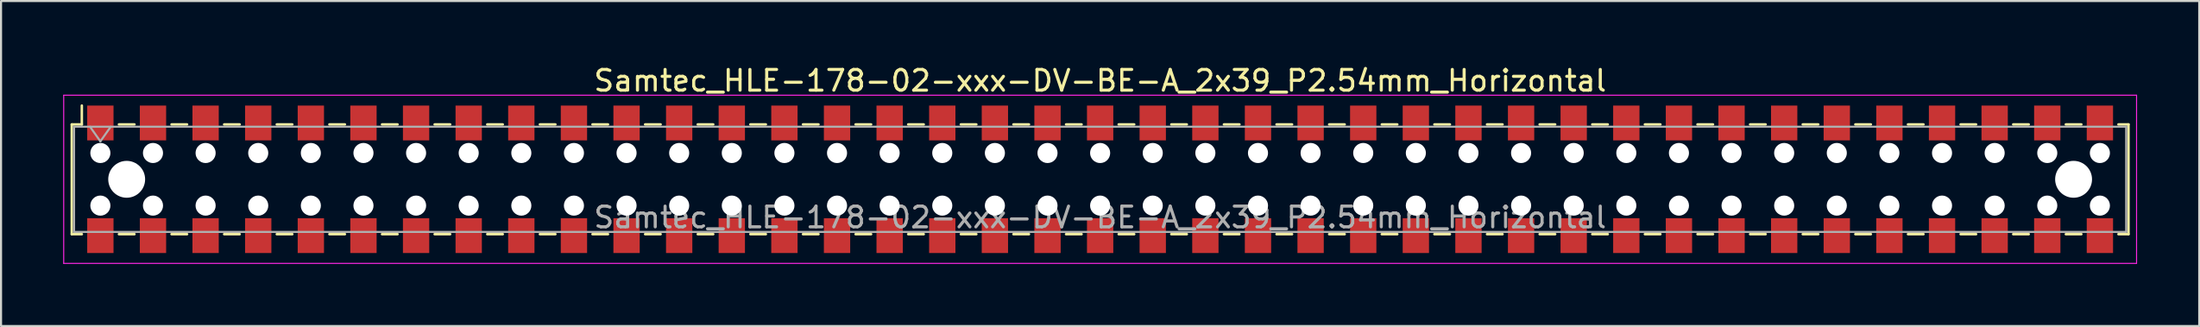
<source format=kicad_pcb>
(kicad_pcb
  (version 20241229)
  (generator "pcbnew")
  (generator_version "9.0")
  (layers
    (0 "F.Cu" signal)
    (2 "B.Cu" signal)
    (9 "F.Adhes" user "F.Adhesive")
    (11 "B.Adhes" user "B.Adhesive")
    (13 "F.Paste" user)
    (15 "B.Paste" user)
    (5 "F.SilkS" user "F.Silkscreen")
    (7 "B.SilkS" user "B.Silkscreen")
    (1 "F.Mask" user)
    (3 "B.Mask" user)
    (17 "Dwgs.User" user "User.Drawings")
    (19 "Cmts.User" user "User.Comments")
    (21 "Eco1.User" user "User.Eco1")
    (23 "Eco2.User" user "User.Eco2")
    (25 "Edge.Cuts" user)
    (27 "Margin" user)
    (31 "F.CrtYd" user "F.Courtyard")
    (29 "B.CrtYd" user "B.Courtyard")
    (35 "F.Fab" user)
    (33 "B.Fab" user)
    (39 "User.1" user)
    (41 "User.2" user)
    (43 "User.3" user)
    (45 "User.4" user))
  (footprint "Samtec_HLE-178-02-xxx-DV-BE-A_2x39_P2.54mm_Horizontal"
    (layer "F.Cu")
    (at 50.055 5.608)
    (property "Reference" "Samtec_HLE-178-02-xxx-DV-BE-A_2x39_P2.54mm_Horizontal" (at 0 -4.76 0) (layer "F.SilkS") (effects (font (size 1 1) (thickness 0.15))))
    (attr smd)
    (fp_line (start -49.64 -2.65) (end -49.64 2.65) (stroke (width 0.12) (type solid)) (layer "F.SilkS"))
    (fp_line (start -49.64 2.65) (end -49.155 2.65) (stroke (width 0.12) (type solid)) (layer "F.SilkS"))
    (fp_line (start -49.155 -3.56) (end -49.155 -2.65) (stroke (width 0.12) (type solid)) (layer "F.SilkS"))
    (fp_line (start -49.155 -2.65) (end -49.64 -2.65) (stroke (width 0.12) (type solid)) (layer "F.SilkS"))
    (fp_line (start -47.365 -2.65) (end -46.615 -2.65) (stroke (width 0.12) (type solid)) (layer "F.SilkS"))
    (fp_line (start -47.365 2.65) (end -46.615 2.65) (stroke (width 0.12) (type solid)) (layer "F.SilkS"))
    (fp_line (start -44.825 -2.65) (end -44.075 -2.65) (stroke (width 0.12) (type solid)) (layer "F.SilkS"))
    (fp_line (start -44.825 2.65) (end -44.075 2.65) (stroke (width 0.12) (type solid)) (layer "F.SilkS"))
    (fp_line (start -42.285 -2.65) (end -41.535 -2.65) (stroke (width 0.12) (type solid)) (layer "F.SilkS"))
    (fp_line (start -42.285 2.65) (end -41.535 2.65) (stroke (width 0.12) (type solid)) (layer "F.SilkS"))
    (fp_line (start -39.745 -2.65) (end -38.995 -2.65) (stroke (width 0.12) (type solid)) (layer "F.SilkS"))
    (fp_line (start -39.745 2.65) (end -38.995 2.65) (stroke (width 0.12) (type solid)) (layer "F.SilkS"))
    (fp_line (start -37.205 -2.65) (end -36.455 -2.65) (stroke (width 0.12) (type solid)) (layer "F.SilkS"))
    (fp_line (start -37.205 2.65) (end -36.455 2.65) (stroke (width 0.12) (type solid)) (layer "F.SilkS"))
    (fp_line (start -34.665 -2.65) (end -33.915 -2.65) (stroke (width 0.12) (type solid)) (layer "F.SilkS"))
    (fp_line (start -34.665 2.65) (end -33.915 2.65) (stroke (width 0.12) (type solid)) (layer "F.SilkS"))
    (fp_line (start -32.125 -2.65) (end -31.375 -2.65) (stroke (width 0.12) (type solid)) (layer "F.SilkS"))
    (fp_line (start -32.125 2.65) (end -31.375 2.65) (stroke (width 0.12) (type solid)) (layer "F.SilkS"))
    (fp_line (start -29.585 -2.65) (end -28.835 -2.65) (stroke (width 0.12) (type solid)) (layer "F.SilkS"))
    (fp_line (start -29.585 2.65) (end -28.835 2.65) (stroke (width 0.12) (type solid)) (layer "F.SilkS"))
    (fp_line (start -27.045 -2.65) (end -26.295 -2.65) (stroke (width 0.12) (type solid)) (layer "F.SilkS"))
    (fp_line (start -27.045 2.65) (end -26.295 2.65) (stroke (width 0.12) (type solid)) (layer "F.SilkS"))
    (fp_line (start -24.505 -2.65) (end -23.755 -2.65) (stroke (width 0.12) (type solid)) (layer "F.SilkS"))
    (fp_line (start -24.505 2.65) (end -23.755 2.65) (stroke (width 0.12) (type solid)) (layer "F.SilkS"))
    (fp_line (start -21.965 -2.65) (end -21.215 -2.65) (stroke (width 0.12) (type solid)) (layer "F.SilkS"))
    (fp_line (start -21.965 2.65) (end -21.215 2.65) (stroke (width 0.12) (type solid)) (layer "F.SilkS"))
    (fp_line (start -19.425 -2.65) (end -18.675 -2.65) (stroke (width 0.12) (type solid)) (layer "F.SilkS"))
    (fp_line (start -19.425 2.65) (end -18.675 2.65) (stroke (width 0.12) (type solid)) (layer "F.SilkS"))
    (fp_line (start -16.885 -2.65) (end -16.135 -2.65) (stroke (width 0.12) (type solid)) (layer "F.SilkS"))
    (fp_line (start -16.885 2.65) (end -16.135 2.65) (stroke (width 0.12) (type solid)) (layer "F.SilkS"))
    (fp_line (start -14.345 -2.65) (end -13.595 -2.65) (stroke (width 0.12) (type solid)) (layer "F.SilkS"))
    (fp_line (start -14.345 2.65) (end -13.595 2.65) (stroke (width 0.12) (type solid)) (layer "F.SilkS"))
    (fp_line (start -11.805 -2.65) (end -11.055 -2.65) (stroke (width 0.12) (type solid)) (layer "F.SilkS"))
    (fp_line (start -11.805 2.65) (end -11.055 2.65) (stroke (width 0.12) (type solid)) (layer "F.SilkS"))
    (fp_line (start -9.265 -2.65) (end -8.515 -2.65) (stroke (width 0.12) (type solid)) (layer "F.SilkS"))
    (fp_line (start -9.265 2.65) (end -8.515 2.65) (stroke (width 0.12) (type solid)) (layer "F.SilkS"))
    (fp_line (start -6.725 -2.65) (end -5.975 -2.65) (stroke (width 0.12) (type solid)) (layer "F.SilkS"))
    (fp_line (start -6.725 2.65) (end -5.975 2.65) (stroke (width 0.12) (type solid)) (layer "F.SilkS"))
    (fp_line (start -4.185 -2.65) (end -3.435 -2.65) (stroke (width 0.12) (type solid)) (layer "F.SilkS"))
    (fp_line (start -4.185 2.65) (end -3.435 2.65) (stroke (width 0.12) (type solid)) (layer "F.SilkS"))
    (fp_line (start -1.645 -2.65) (end -0.895 -2.65) (stroke (width 0.12) (type solid)) (layer "F.SilkS"))
    (fp_line (start -1.645 2.65) (end -0.895 2.65) (stroke (width 0.12) (type solid)) (layer "F.SilkS"))
    (fp_line (start 0.895 -2.65) (end 1.645 -2.65) (stroke (width 0.12) (type solid)) (layer "F.SilkS"))
    (fp_line (start 0.895 2.65) (end 1.645 2.65) (stroke (width 0.12) (type solid)) (layer "F.SilkS"))
    (fp_line (start 3.435 -2.65) (end 4.185 -2.65) (stroke (width 0.12) (type solid)) (layer "F.SilkS"))
    (fp_line (start 3.435 2.65) (end 4.185 2.65) (stroke (width 0.12) (type solid)) (layer "F.SilkS"))
    (fp_line (start 5.975 -2.65) (end 6.725 -2.65) (stroke (width 0.12) (type solid)) (layer "F.SilkS"))
    (fp_line (start 5.975 2.65) (end 6.725 2.65) (stroke (width 0.12) (type solid)) (layer "F.SilkS"))
    (fp_line (start 8.515 -2.65) (end 9.265 -2.65) (stroke (width 0.12) (type solid)) (layer "F.SilkS"))
    (fp_line (start 8.515 2.65) (end 9.265 2.65) (stroke (width 0.12) (type solid)) (layer "F.SilkS"))
    (fp_line (start 11.055 -2.65) (end 11.805 -2.65) (stroke (width 0.12) (type solid)) (layer "F.SilkS"))
    (fp_line (start 11.055 2.65) (end 11.805 2.65) (stroke (width 0.12) (type solid)) (layer "F.SilkS"))
    (fp_line (start 13.595 -2.65) (end 14.345 -2.65) (stroke (width 0.12) (type solid)) (layer "F.SilkS"))
    (fp_line (start 13.595 2.65) (end 14.345 2.65) (stroke (width 0.12) (type solid)) (layer "F.SilkS"))
    (fp_line (start 16.135 -2.65) (end 16.885 -2.65) (stroke (width 0.12) (type solid)) (layer "F.SilkS"))
    (fp_line (start 16.135 2.65) (end 16.885 2.65) (stroke (width 0.12) (type solid)) (layer "F.SilkS"))
    (fp_line (start 18.675 -2.65) (end 19.425 -2.65) (stroke (width 0.12) (type solid)) (layer "F.SilkS"))
    (fp_line (start 18.675 2.65) (end 19.425 2.65) (stroke (width 0.12) (type solid)) (layer "F.SilkS"))
    (fp_line (start 21.215 -2.65) (end 21.965 -2.65) (stroke (width 0.12) (type solid)) (layer "F.SilkS"))
    (fp_line (start 21.215 2.65) (end 21.965 2.65) (stroke (width 0.12) (type solid)) (layer "F.SilkS"))
    (fp_line (start 23.755 -2.65) (end 24.505 -2.65) (stroke (width 0.12) (type solid)) (layer "F.SilkS"))
    (fp_line (start 23.755 2.65) (end 24.505 2.65) (stroke (width 0.12) (type solid)) (layer "F.SilkS"))
    (fp_line (start 26.295 -2.65) (end 27.045 -2.65) (stroke (width 0.12) (type solid)) (layer "F.SilkS"))
    (fp_line (start 26.295 2.65) (end 27.045 2.65) (stroke (width 0.12) (type solid)) (layer "F.SilkS"))
    (fp_line (start 28.835 -2.65) (end 29.585 -2.65) (stroke (width 0.12) (type solid)) (layer "F.SilkS"))
    (fp_line (start 28.835 2.65) (end 29.585 2.65) (stroke (width 0.12) (type solid)) (layer "F.SilkS"))
    (fp_line (start 31.375 -2.65) (end 32.125 -2.65) (stroke (width 0.12) (type solid)) (layer "F.SilkS"))
    (fp_line (start 31.375 2.65) (end 32.125 2.65) (stroke (width 0.12) (type solid)) (layer "F.SilkS"))
    (fp_line (start 33.915 -2.65) (end 34.665 -2.65) (stroke (width 0.12) (type solid)) (layer "F.SilkS"))
    (fp_line (start 33.915 2.65) (end 34.665 2.65) (stroke (width 0.12) (type solid)) (layer "F.SilkS"))
    (fp_line (start 36.455 -2.65) (end 37.205 -2.65) (stroke (width 0.12) (type solid)) (layer "F.SilkS"))
    (fp_line (start 36.455 2.65) (end 37.205 2.65) (stroke (width 0.12) (type solid)) (layer "F.SilkS"))
    (fp_line (start 38.995 -2.65) (end 39.745 -2.65) (stroke (width 0.12) (type solid)) (layer "F.SilkS"))
    (fp_line (start 38.995 2.65) (end 39.745 2.65) (stroke (width 0.12) (type solid)) (layer "F.SilkS"))
    (fp_line (start 41.535 -2.65) (end 42.285 -2.65) (stroke (width 0.12) (type solid)) (layer "F.SilkS"))
    (fp_line (start 41.535 2.65) (end 42.285 2.65) (stroke (width 0.12) (type solid)) (layer "F.SilkS"))
    (fp_line (start 44.075 -2.65) (end 44.825 -2.65) (stroke (width 0.12) (type solid)) (layer "F.SilkS"))
    (fp_line (start 44.075 2.65) (end 44.825 2.65) (stroke (width 0.12) (type solid)) (layer "F.SilkS"))
    (fp_line (start 46.615 -2.65) (end 47.365 -2.65) (stroke (width 0.12) (type solid)) (layer "F.SilkS"))
    (fp_line (start 46.615 2.65) (end 47.365 2.65) (stroke (width 0.12) (type solid)) (layer "F.SilkS"))
    (fp_line (start 49.155 -2.65) (end 49.64 -2.65) (stroke (width 0.12) (type solid)) (layer "F.SilkS"))
    (fp_line (start 49.64 -2.65) (end 49.64 2.65) (stroke (width 0.12) (type solid)) (layer "F.SilkS"))
    (fp_line (start 49.64 2.65) (end 49.155 2.65) (stroke (width 0.12) (type solid)) (layer "F.SilkS"))
    (fp_line (start -50.03 -4.06) (end 50.03 -4.06) (stroke (width 0.05) (type solid)) (layer "F.CrtYd"))
    (fp_line (start -50.03 4.06) (end -50.03 -4.06) (stroke (width 0.05) (type solid)) (layer "F.CrtYd"))
    (fp_line (start 50.03 -4.06) (end 50.03 4.06) (stroke (width 0.05) (type solid)) (layer "F.CrtYd"))
    (fp_line (start 50.03 4.06) (end -50.03 4.06) (stroke (width 0.05) (type solid)) (layer "F.CrtYd"))
    (fp_line (start -49.53 -2.54) (end 49.53 -2.54) (stroke (width 0.1) (type solid)) (layer "F.Fab"))
    (fp_line (start -49.53 2.54) (end -49.53 -2.54) (stroke (width 0.1) (type solid)) (layer "F.Fab"))
    (fp_line (start -48.76 -2.54) (end -48.26 -1.833) (stroke (width 0.1) (type solid)) (layer "F.Fab"))
    (fp_line (start -48.26 -1.833) (end -47.76 -2.54) (stroke (width 0.1) (type solid)) (layer "F.Fab"))
    (fp_line (start 49.53 -2.54) (end 49.53 2.54) (stroke (width 0.1) (type solid)) (layer "F.Fab"))
    (fp_line (start 49.53 2.54) (end -49.53 2.54) (stroke (width 0.1) (type solid)) (layer "F.Fab"))
    (fp_text user "${REFERENCE}" (at 0 1.84 0) (layer "F.Fab") (effects (font (size 1 1) (thickness 0.15))))
    (pad "" np_thru_hole circle (at -48.26 -1.27) (size 0.97 0.97) (drill 0.97) (layers "*.Cu" "*.Mask"))
    (pad "" np_thru_hole circle (at -48.26 1.27) (size 0.97 0.97) (drill 0.97) (layers "*.Cu" "*.Mask"))
    (pad "" np_thru_hole circle (at -46.99 0) (size 1.78 1.78) (drill 1.78) (layers "*.Cu" "*.Mask"))
    (pad "" np_thru_hole circle (at -45.72 -1.27) (size 0.97 0.97) (drill 0.97) (layers "*.Cu" "*.Mask"))
    (pad "" np_thru_hole circle (at -45.72 1.27) (size 0.97 0.97) (drill 0.97) (layers "*.Cu" "*.Mask"))
    (pad "" np_thru_hole circle (at -43.18 -1.27) (size 0.97 0.97) (drill 0.97) (layers "*.Cu" "*.Mask"))
    (pad "" np_thru_hole circle (at -43.18 1.27) (size 0.97 0.97) (drill 0.97) (layers "*.Cu" "*.Mask"))
    (pad "" np_thru_hole circle (at -40.64 -1.27) (size 0.97 0.97) (drill 0.97) (layers "*.Cu" "*.Mask"))
    (pad "" np_thru_hole circle (at -40.64 1.27) (size 0.97 0.97) (drill 0.97) (layers "*.Cu" "*.Mask"))
    (pad "" np_thru_hole circle (at -38.1 -1.27) (size 0.97 0.97) (drill 0.97) (layers "*.Cu" "*.Mask"))
    (pad "" np_thru_hole circle (at -38.1 1.27) (size 0.97 0.97) (drill 0.97) (layers "*.Cu" "*.Mask"))
    (pad "" np_thru_hole circle (at -35.56 -1.27) (size 0.97 0.97) (drill 0.97) (layers "*.Cu" "*.Mask"))
    (pad "" np_thru_hole circle (at -35.56 1.27) (size 0.97 0.97) (drill 0.97) (layers "*.Cu" "*.Mask"))
    (pad "" np_thru_hole circle (at -33.02 -1.27) (size 0.97 0.97) (drill 0.97) (layers "*.Cu" "*.Mask"))
    (pad "" np_thru_hole circle (at -33.02 1.27) (size 0.97 0.97) (drill 0.97) (layers "*.Cu" "*.Mask"))
    (pad "" np_thru_hole circle (at -30.48 -1.27) (size 0.97 0.97) (drill 0.97) (layers "*.Cu" "*.Mask"))
    (pad "" np_thru_hole circle (at -30.48 1.27) (size 0.97 0.97) (drill 0.97) (layers "*.Cu" "*.Mask"))
    (pad "" np_thru_hole circle (at -27.94 -1.27) (size 0.97 0.97) (drill 0.97) (layers "*.Cu" "*.Mask"))
    (pad "" np_thru_hole circle (at -27.94 1.27) (size 0.97 0.97) (drill 0.97) (layers "*.Cu" "*.Mask"))
    (pad "" np_thru_hole circle (at -25.4 -1.27) (size 0.97 0.97) (drill 0.97) (layers "*.Cu" "*.Mask"))
    (pad "" np_thru_hole circle (at -25.4 1.27) (size 0.97 0.97) (drill 0.97) (layers "*.Cu" "*.Mask"))
    (pad "" np_thru_hole circle (at -22.86 -1.27) (size 0.97 0.97) (drill 0.97) (layers "*.Cu" "*.Mask"))
    (pad "" np_thru_hole circle (at -22.86 1.27) (size 0.97 0.97) (drill 0.97) (layers "*.Cu" "*.Mask"))
    (pad "" np_thru_hole circle (at -20.32 -1.27) (size 0.97 0.97) (drill 0.97) (layers "*.Cu" "*.Mask"))
    (pad "" np_thru_hole circle (at -20.32 1.27) (size 0.97 0.97) (drill 0.97) (layers "*.Cu" "*.Mask"))
    (pad "" np_thru_hole circle (at -17.78 -1.27) (size 0.97 0.97) (drill 0.97) (layers "*.Cu" "*.Mask"))
    (pad "" np_thru_hole circle (at -17.78 1.27) (size 0.97 0.97) (drill 0.97) (layers "*.Cu" "*.Mask"))
    (pad "" np_thru_hole circle (at -15.24 -1.27) (size 0.97 0.97) (drill 0.97) (layers "*.Cu" "*.Mask"))
    (pad "" np_thru_hole circle (at -15.24 1.27) (size 0.97 0.97) (drill 0.97) (layers "*.Cu" "*.Mask"))
    (pad "" np_thru_hole circle (at -12.7 -1.27) (size 0.97 0.97) (drill 0.97) (layers "*.Cu" "*.Mask"))
    (pad "" np_thru_hole circle (at -12.7 1.27) (size 0.97 0.97) (drill 0.97) (layers "*.Cu" "*.Mask"))
    (pad "" np_thru_hole circle (at -10.16 -1.27) (size 0.97 0.97) (drill 0.97) (layers "*.Cu" "*.Mask"))
    (pad "" np_thru_hole circle (at -10.16 1.27) (size 0.97 0.97) (drill 0.97) (layers "*.Cu" "*.Mask"))
    (pad "" np_thru_hole circle (at -7.62 -1.27) (size 0.97 0.97) (drill 0.97) (layers "*.Cu" "*.Mask"))
    (pad "" np_thru_hole circle (at -7.62 1.27) (size 0.97 0.97) (drill 0.97) (layers "*.Cu" "*.Mask"))
    (pad "" np_thru_hole circle (at -5.08 -1.27) (size 0.97 0.97) (drill 0.97) (layers "*.Cu" "*.Mask"))
    (pad "" np_thru_hole circle (at -5.08 1.27) (size 0.97 0.97) (drill 0.97) (layers "*.Cu" "*.Mask"))
    (pad "" np_thru_hole circle (at -2.54 -1.27) (size 0.97 0.97) (drill 0.97) (layers "*.Cu" "*.Mask"))
    (pad "" np_thru_hole circle (at -2.54 1.27) (size 0.97 0.97) (drill 0.97) (layers "*.Cu" "*.Mask"))
    (pad "" np_thru_hole circle (at 0 -1.27) (size 0.97 0.97) (drill 0.97) (layers "*.Cu" "*.Mask"))
    (pad "" np_thru_hole circle (at 0 1.27) (size 0.97 0.97) (drill 0.97) (layers "*.Cu" "*.Mask"))
    (pad "" np_thru_hole circle (at 2.54 -1.27) (size 0.97 0.97) (drill 0.97) (layers "*.Cu" "*.Mask"))
    (pad "" np_thru_hole circle (at 2.54 1.27) (size 0.97 0.97) (drill 0.97) (layers "*.Cu" "*.Mask"))
    (pad "" np_thru_hole circle (at 5.08 -1.27) (size 0.97 0.97) (drill 0.97) (layers "*.Cu" "*.Mask"))
    (pad "" np_thru_hole circle (at 5.08 1.27) (size 0.97 0.97) (drill 0.97) (layers "*.Cu" "*.Mask"))
    (pad "" np_thru_hole circle (at 7.62 -1.27) (size 0.97 0.97) (drill 0.97) (layers "*.Cu" "*.Mask"))
    (pad "" np_thru_hole circle (at 7.62 1.27) (size 0.97 0.97) (drill 0.97) (layers "*.Cu" "*.Mask"))
    (pad "" np_thru_hole circle (at 10.16 -1.27) (size 0.97 0.97) (drill 0.97) (layers "*.Cu" "*.Mask"))
    (pad "" np_thru_hole circle (at 10.16 1.27) (size 0.97 0.97) (drill 0.97) (layers "*.Cu" "*.Mask"))
    (pad "" np_thru_hole circle (at 12.7 -1.27) (size 0.97 0.97) (drill 0.97) (layers "*.Cu" "*.Mask"))
    (pad "" np_thru_hole circle (at 12.7 1.27) (size 0.97 0.97) (drill 0.97) (layers "*.Cu" "*.Mask"))
    (pad "" np_thru_hole circle (at 15.24 -1.27) (size 0.97 0.97) (drill 0.97) (layers "*.Cu" "*.Mask"))
    (pad "" np_thru_hole circle (at 15.24 1.27) (size 0.97 0.97) (drill 0.97) (layers "*.Cu" "*.Mask"))
    (pad "" np_thru_hole circle (at 17.78 -1.27) (size 0.97 0.97) (drill 0.97) (layers "*.Cu" "*.Mask"))
    (pad "" np_thru_hole circle (at 17.78 1.27) (size 0.97 0.97) (drill 0.97) (layers "*.Cu" "*.Mask"))
    (pad "" np_thru_hole circle (at 20.32 -1.27) (size 0.97 0.97) (drill 0.97) (layers "*.Cu" "*.Mask"))
    (pad "" np_thru_hole circle (at 20.32 1.27) (size 0.97 0.97) (drill 0.97) (layers "*.Cu" "*.Mask"))
    (pad "" np_thru_hole circle (at 22.86 -1.27) (size 0.97 0.97) (drill 0.97) (layers "*.Cu" "*.Mask"))
    (pad "" np_thru_hole circle (at 22.86 1.27) (size 0.97 0.97) (drill 0.97) (layers "*.Cu" "*.Mask"))
    (pad "" np_thru_hole circle (at 25.4 -1.27) (size 0.97 0.97) (drill 0.97) (layers "*.Cu" "*.Mask"))
    (pad "" np_thru_hole circle (at 25.4 1.27) (size 0.97 0.97) (drill 0.97) (layers "*.Cu" "*.Mask"))
    (pad "" np_thru_hole circle (at 27.94 -1.27) (size 0.97 0.97) (drill 0.97) (layers "*.Cu" "*.Mask"))
    (pad "" np_thru_hole circle (at 27.94 1.27) (size 0.97 0.97) (drill 0.97) (layers "*.Cu" "*.Mask"))
    (pad "" np_thru_hole circle (at 30.48 -1.27) (size 0.97 0.97) (drill 0.97) (layers "*.Cu" "*.Mask"))
    (pad "" np_thru_hole circle (at 30.48 1.27) (size 0.97 0.97) (drill 0.97) (layers "*.Cu" "*.Mask"))
    (pad "" np_thru_hole circle (at 33.02 -1.27) (size 0.97 0.97) (drill 0.97) (layers "*.Cu" "*.Mask"))
    (pad "" np_thru_hole circle (at 33.02 1.27) (size 0.97 0.97) (drill 0.97) (layers "*.Cu" "*.Mask"))
    (pad "" np_thru_hole circle (at 35.56 -1.27) (size 0.97 0.97) (drill 0.97) (layers "*.Cu" "*.Mask"))
    (pad "" np_thru_hole circle (at 35.56 1.27) (size 0.97 0.97) (drill 0.97) (layers "*.Cu" "*.Mask"))
    (pad "" np_thru_hole circle (at 38.1 -1.27) (size 0.97 0.97) (drill 0.97) (layers "*.Cu" "*.Mask"))
    (pad "" np_thru_hole circle (at 38.1 1.27) (size 0.97 0.97) (drill 0.97) (layers "*.Cu" "*.Mask"))
    (pad "" np_thru_hole circle (at 40.64 -1.27) (size 0.97 0.97) (drill 0.97) (layers "*.Cu" "*.Mask"))
    (pad "" np_thru_hole circle (at 40.64 1.27) (size 0.97 0.97) (drill 0.97) (layers "*.Cu" "*.Mask"))
    (pad "" np_thru_hole circle (at 43.18 -1.27) (size 0.97 0.97) (drill 0.97) (layers "*.Cu" "*.Mask"))
    (pad "" np_thru_hole circle (at 43.18 1.27) (size 0.97 0.97) (drill 0.97) (layers "*.Cu" "*.Mask"))
    (pad "" np_thru_hole circle (at 45.72 -1.27) (size 0.97 0.97) (drill 0.97) (layers "*.Cu" "*.Mask"))
    (pad "" np_thru_hole circle (at 45.72 1.27) (size 0.97 0.97) (drill 0.97) (layers "*.Cu" "*.Mask"))
    (pad "" np_thru_hole circle (at 46.99 0) (size 1.78 1.78) (drill 1.78) (layers "*.Cu" "*.Mask"))
    (pad "" np_thru_hole circle (at 48.26 -1.27) (size 0.97 0.97) (drill 0.97) (layers "*.Cu" "*.Mask"))
    (pad "" np_thru_hole circle (at 48.26 1.27) (size 0.97 0.97) (drill 0.97) (layers "*.Cu" "*.Mask"))
    (pad "1" smd rect (at -48.26 -2.72) (size 1.27 1.68) (layers "F.Cu" "F.Mask" "F.Paste"))
    (pad "2" smd rect (at -48.26 2.72) (size 1.27 1.68) (layers "F.Cu" "F.Mask" "F.Paste"))
    (pad "3" smd rect (at -45.72 -2.72) (size 1.27 1.68) (layers "F.Cu" "F.Mask" "F.Paste"))
    (pad "4" smd rect (at -45.72 2.72) (size 1.27 1.68) (layers "F.Cu" "F.Mask" "F.Paste"))
    (pad "5" smd rect (at -43.18 -2.72) (size 1.27 1.68) (layers "F.Cu" "F.Mask" "F.Paste"))
    (pad "6" smd rect (at -43.18 2.72) (size 1.27 1.68) (layers "F.Cu" "F.Mask" "F.Paste"))
    (pad "7" smd rect (at -40.64 -2.72) (size 1.27 1.68) (layers "F.Cu" "F.Mask" "F.Paste"))
    (pad "8" smd rect (at -40.64 2.72) (size 1.27 1.68) (layers "F.Cu" "F.Mask" "F.Paste"))
    (pad "9" smd rect (at -38.1 -2.72) (size 1.27 1.68) (layers "F.Cu" "F.Mask" "F.Paste"))
    (pad "10" smd rect (at -38.1 2.72) (size 1.27 1.68) (layers "F.Cu" "F.Mask" "F.Paste"))
    (pad "11" smd rect (at -35.56 -2.72) (size 1.27 1.68) (layers "F.Cu" "F.Mask" "F.Paste"))
    (pad "12" smd rect (at -35.56 2.72) (size 1.27 1.68) (layers "F.Cu" "F.Mask" "F.Paste"))
    (pad "13" smd rect (at -33.02 -2.72) (size 1.27 1.68) (layers "F.Cu" "F.Mask" "F.Paste"))
    (pad "14" smd rect (at -33.02 2.72) (size 1.27 1.68) (layers "F.Cu" "F.Mask" "F.Paste"))
    (pad "15" smd rect (at -30.48 -2.72) (size 1.27 1.68) (layers "F.Cu" "F.Mask" "F.Paste"))
    (pad "16" smd rect (at -30.48 2.72) (size 1.27 1.68) (layers "F.Cu" "F.Mask" "F.Paste"))
    (pad "17" smd rect (at -27.94 -2.72) (size 1.27 1.68) (layers "F.Cu" "F.Mask" "F.Paste"))
    (pad "18" smd rect (at -27.94 2.72) (size 1.27 1.68) (layers "F.Cu" "F.Mask" "F.Paste"))
    (pad "19" smd rect (at -25.4 -2.72) (size 1.27 1.68) (layers "F.Cu" "F.Mask" "F.Paste"))
    (pad "20" smd rect (at -25.4 2.72) (size 1.27 1.68) (layers "F.Cu" "F.Mask" "F.Paste"))
    (pad "21" smd rect (at -22.86 -2.72) (size 1.27 1.68) (layers "F.Cu" "F.Mask" "F.Paste"))
    (pad "22" smd rect (at -22.86 2.72) (size 1.27 1.68) (layers "F.Cu" "F.Mask" "F.Paste"))
    (pad "23" smd rect (at -20.32 -2.72) (size 1.27 1.68) (layers "F.Cu" "F.Mask" "F.Paste"))
    (pad "24" smd rect (at -20.32 2.72) (size 1.27 1.68) (layers "F.Cu" "F.Mask" "F.Paste"))
    (pad "25" smd rect (at -17.78 -2.72) (size 1.27 1.68) (layers "F.Cu" "F.Mask" "F.Paste"))
    (pad "26" smd rect (at -17.78 2.72) (size 1.27 1.68) (layers "F.Cu" "F.Mask" "F.Paste"))
    (pad "27" smd rect (at -15.24 -2.72) (size 1.27 1.68) (layers "F.Cu" "F.Mask" "F.Paste"))
    (pad "28" smd rect (at -15.24 2.72) (size 1.27 1.68) (layers "F.Cu" "F.Mask" "F.Paste"))
    (pad "29" smd rect (at -12.7 -2.72) (size 1.27 1.68) (layers "F.Cu" "F.Mask" "F.Paste"))
    (pad "30" smd rect (at -12.7 2.72) (size 1.27 1.68) (layers "F.Cu" "F.Mask" "F.Paste"))
    (pad "31" smd rect (at -10.16 -2.72) (size 1.27 1.68) (layers "F.Cu" "F.Mask" "F.Paste"))
    (pad "32" smd rect (at -10.16 2.72) (size 1.27 1.68) (layers "F.Cu" "F.Mask" "F.Paste"))
    (pad "33" smd rect (at -7.62 -2.72) (size 1.27 1.68) (layers "F.Cu" "F.Mask" "F.Paste"))
    (pad "34" smd rect (at -7.62 2.72) (size 1.27 1.68) (layers "F.Cu" "F.Mask" "F.Paste"))
    (pad "35" smd rect (at -5.08 -2.72) (size 1.27 1.68) (layers "F.Cu" "F.Mask" "F.Paste"))
    (pad "36" smd rect (at -5.08 2.72) (size 1.27 1.68) (layers "F.Cu" "F.Mask" "F.Paste"))
    (pad "37" smd rect (at -2.54 -2.72) (size 1.27 1.68) (layers "F.Cu" "F.Mask" "F.Paste"))
    (pad "38" smd rect (at -2.54 2.72) (size 1.27 1.68) (layers "F.Cu" "F.Mask" "F.Paste"))
    (pad "39" smd rect (at 0 -2.72) (size 1.27 1.68) (layers "F.Cu" "F.Mask" "F.Paste"))
    (pad "40" smd rect (at 0 2.72) (size 1.27 1.68) (layers "F.Cu" "F.Mask" "F.Paste"))
    (pad "41" smd rect (at 2.54 -2.72) (size 1.27 1.68) (layers "F.Cu" "F.Mask" "F.Paste"))
    (pad "42" smd rect (at 2.54 2.72) (size 1.27 1.68) (layers "F.Cu" "F.Mask" "F.Paste"))
    (pad "43" smd rect (at 5.08 -2.72) (size 1.27 1.68) (layers "F.Cu" "F.Mask" "F.Paste"))
    (pad "44" smd rect (at 5.08 2.72) (size 1.27 1.68) (layers "F.Cu" "F.Mask" "F.Paste"))
    (pad "45" smd rect (at 7.62 -2.72) (size 1.27 1.68) (layers "F.Cu" "F.Mask" "F.Paste"))
    (pad "46" smd rect (at 7.62 2.72) (size 1.27 1.68) (layers "F.Cu" "F.Mask" "F.Paste"))
    (pad "47" smd rect (at 10.16 -2.72) (size 1.27 1.68) (layers "F.Cu" "F.Mask" "F.Paste"))
    (pad "48" smd rect (at 10.16 2.72) (size 1.27 1.68) (layers "F.Cu" "F.Mask" "F.Paste"))
    (pad "49" smd rect (at 12.7 -2.72) (size 1.27 1.68) (layers "F.Cu" "F.Mask" "F.Paste"))
    (pad "50" smd rect (at 12.7 2.72) (size 1.27 1.68) (layers "F.Cu" "F.Mask" "F.Paste"))
    (pad "51" smd rect (at 15.24 -2.72) (size 1.27 1.68) (layers "F.Cu" "F.Mask" "F.Paste"))
    (pad "52" smd rect (at 15.24 2.72) (size 1.27 1.68) (layers "F.Cu" "F.Mask" "F.Paste"))
    (pad "53" smd rect (at 17.78 -2.72) (size 1.27 1.68) (layers "F.Cu" "F.Mask" "F.Paste"))
    (pad "54" smd rect (at 17.78 2.72) (size 1.27 1.68) (layers "F.Cu" "F.Mask" "F.Paste"))
    (pad "55" smd rect (at 20.32 -2.72) (size 1.27 1.68) (layers "F.Cu" "F.Mask" "F.Paste"))
    (pad "56" smd rect (at 20.32 2.72) (size 1.27 1.68) (layers "F.Cu" "F.Mask" "F.Paste"))
    (pad "57" smd rect (at 22.86 -2.72) (size 1.27 1.68) (layers "F.Cu" "F.Mask" "F.Paste"))
    (pad "58" smd rect (at 22.86 2.72) (size 1.27 1.68) (layers "F.Cu" "F.Mask" "F.Paste"))
    (pad "59" smd rect (at 25.4 -2.72) (size 1.27 1.68) (layers "F.Cu" "F.Mask" "F.Paste"))
    (pad "60" smd rect (at 25.4 2.72) (size 1.27 1.68) (layers "F.Cu" "F.Mask" "F.Paste"))
    (pad "61" smd rect (at 27.94 -2.72) (size 1.27 1.68) (layers "F.Cu" "F.Mask" "F.Paste"))
    (pad "62" smd rect (at 27.94 2.72) (size 1.27 1.68) (layers "F.Cu" "F.Mask" "F.Paste"))
    (pad "63" smd rect (at 30.48 -2.72) (size 1.27 1.68) (layers "F.Cu" "F.Mask" "F.Paste"))
    (pad "64" smd rect (at 30.48 2.72) (size 1.27 1.68) (layers "F.Cu" "F.Mask" "F.Paste"))
    (pad "65" smd rect (at 33.02 -2.72) (size 1.27 1.68) (layers "F.Cu" "F.Mask" "F.Paste"))
    (pad "66" smd rect (at 33.02 2.72) (size 1.27 1.68) (layers "F.Cu" "F.Mask" "F.Paste"))
    (pad "67" smd rect (at 35.56 -2.72) (size 1.27 1.68) (layers "F.Cu" "F.Mask" "F.Paste"))
    (pad "68" smd rect (at 35.56 2.72) (size 1.27 1.68) (layers "F.Cu" "F.Mask" "F.Paste"))
    (pad "69" smd rect (at 38.1 -2.72) (size 1.27 1.68) (layers "F.Cu" "F.Mask" "F.Paste"))
    (pad "70" smd rect (at 38.1 2.72) (size 1.27 1.68) (layers "F.Cu" "F.Mask" "F.Paste"))
    (pad "71" smd rect (at 40.64 -2.72) (size 1.27 1.68) (layers "F.Cu" "F.Mask" "F.Paste"))
    (pad "72" smd rect (at 40.64 2.72) (size 1.27 1.68) (layers "F.Cu" "F.Mask" "F.Paste"))
    (pad "73" smd rect (at 43.18 -2.72) (size 1.27 1.68) (layers "F.Cu" "F.Mask" "F.Paste"))
    (pad "74" smd rect (at 43.18 2.72) (size 1.27 1.68) (layers "F.Cu" "F.Mask" "F.Paste"))
    (pad "75" smd rect (at 45.72 -2.72) (size 1.27 1.68) (layers "F.Cu" "F.Mask" "F.Paste"))
    (pad "76" smd rect (at 45.72 2.72) (size 1.27 1.68) (layers "F.Cu" "F.Mask" "F.Paste"))
    (pad "77" smd rect (at 48.26 -2.72) (size 1.27 1.68) (layers "F.Cu" "F.Mask" "F.Paste"))
    (pad "78" smd rect (at 48.26 2.72) (size 1.27 1.68) (layers "F.Cu" "F.Mask" "F.Paste")))
  (gr_rect
    (start -3 -3)
    (end 103.11 12.693)
    (stroke (width 0.1) (type default))
    (fill no)
    (layer "Edge.Cuts")))
</source>
